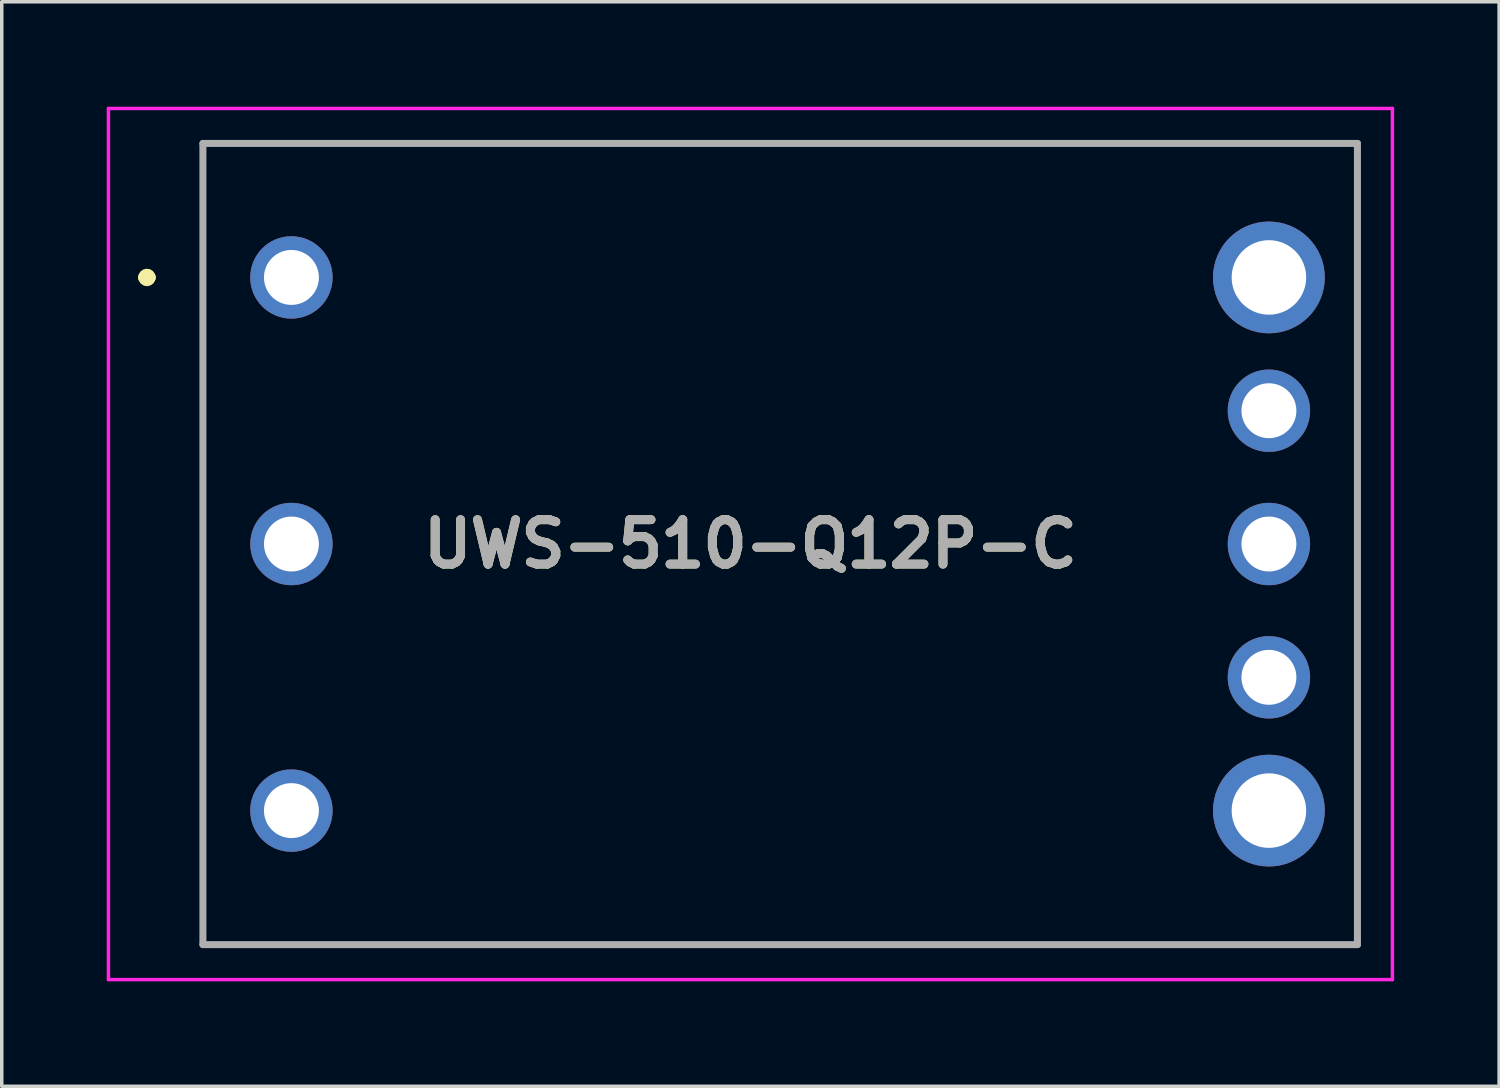
<source format=kicad_pcb>
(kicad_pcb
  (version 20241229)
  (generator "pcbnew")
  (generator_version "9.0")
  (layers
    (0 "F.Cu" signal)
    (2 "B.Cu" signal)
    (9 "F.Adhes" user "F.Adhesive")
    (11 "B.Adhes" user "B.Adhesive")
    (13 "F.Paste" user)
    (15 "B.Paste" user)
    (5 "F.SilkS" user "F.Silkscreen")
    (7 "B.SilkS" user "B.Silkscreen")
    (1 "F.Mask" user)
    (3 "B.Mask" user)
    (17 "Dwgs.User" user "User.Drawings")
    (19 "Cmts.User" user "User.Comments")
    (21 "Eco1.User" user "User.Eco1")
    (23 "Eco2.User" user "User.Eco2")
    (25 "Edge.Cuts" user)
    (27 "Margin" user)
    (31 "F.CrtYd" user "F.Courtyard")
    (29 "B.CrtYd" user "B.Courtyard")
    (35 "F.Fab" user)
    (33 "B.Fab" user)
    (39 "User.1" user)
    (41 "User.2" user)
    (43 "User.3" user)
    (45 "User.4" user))
  (footprint "UWS-510-Q12P-C"
    (layer "F.Cu")
    (at 5.28 4.88)
    (property "Reference" "UWS-510-Q12P-C" (at 13.12 7.62 0) (layer "F.SilkS") (effects (font (size 1.27 1.27) (thickness 0.254))))
    (attr through_hole)
    (fp_line (start -4.23 0) (end -4.23 0) (stroke (width 0.3) (type solid)) (layer "F.SilkS"))
    (fp_line (start -4.03 0) (end -4.03 0) (stroke (width 0.3) (type solid)) (layer "F.SilkS"))
    (fp_line (start -2.53 -3.83) (end 30.47 -3.83) (stroke (width 0.1) (type solid)) (layer "F.SilkS"))
    (fp_line (start -2.53 19.05) (end -2.53 -3.83) (stroke (width 0.1) (type solid)) (layer "F.SilkS"))
    (fp_line (start 30.47 -3.83) (end 30.47 19.05) (stroke (width 0.1) (type solid)) (layer "F.SilkS"))
    (fp_line (start 30.47 19.05) (end -2.53 19.05) (stroke (width 0.1) (type solid)) (layer "F.SilkS"))
    (fp_arc (start -4.23 0) (mid -4.13 -0.1) (end -4.03 0) (stroke (width 0.3) (type solid)) (layer "F.SilkS"))
    (fp_arc (start -4.03 0) (mid -4.13 0.1) (end -4.23 0) (stroke (width 0.3) (type solid)) (layer "F.SilkS"))
    (fp_line (start -5.23 -4.83) (end 31.47 -4.83) (stroke (width 0.1) (type solid)) (layer "F.CrtYd"))
    (fp_line (start -5.23 20.07) (end -5.23 -4.83) (stroke (width 0.1) (type solid)) (layer "F.CrtYd"))
    (fp_line (start 31.47 -4.83) (end 31.47 20.07) (stroke (width 0.1) (type solid)) (layer "F.CrtYd"))
    (fp_line (start 31.47 20.07) (end -5.23 20.07) (stroke (width 0.1) (type solid)) (layer "F.CrtYd"))
    (fp_line (start -2.53 -3.83) (end 30.47 -3.83) (stroke (width 0.2) (type solid)) (layer "F.Fab"))
    (fp_line (start -2.53 19.07) (end -2.53 -3.83) (stroke (width 0.2) (type solid)) (layer "F.Fab"))
    (fp_line (start 30.47 -3.83) (end 30.47 19.07) (stroke (width 0.2) (type solid)) (layer "F.Fab"))
    (fp_line (start 30.47 19.07) (end -2.53 19.07) (stroke (width 0.2) (type solid)) (layer "F.Fab"))
    (fp_text user "${REFERENCE}" (at 13.12 7.62 0) (layer "F.Fab") (effects (font (size 1.27 1.27) (thickness 0.254))))
    (pad "1" thru_hole circle (at 0 0) (size 2.355 2.355) (drill 1.57) (layers "*.Cu" "*.Mask"))
    (pad "2" thru_hole circle (at 0 7.62) (size 2.355 2.355) (drill 1.57) (layers "*.Cu" "*.Mask"))
    (pad "3" thru_hole circle (at 0 15.24) (size 2.355 2.355) (drill 1.57) (layers "*.Cu" "*.Mask"))
    (pad "4" thru_hole circle (at 27.94 15.24) (size 3.195 3.195) (drill 2.13) (layers "*.Cu" "*.Mask"))
    (pad "5" thru_hole circle (at 27.94 11.43) (size 2.355 2.355) (drill 1.57) (layers "*.Cu" "*.Mask"))
    (pad "6" thru_hole circle (at 27.94 7.62) (size 2.355 2.355) (drill 1.57) (layers "*.Cu" "*.Mask"))
    (pad "7" thru_hole circle (at 27.94 3.81) (size 2.355 2.355) (drill 1.57) (layers "*.Cu" "*.Mask"))
    (pad "8" thru_hole circle (at 27.94 0) (size 3.195 3.195) (drill 2.13) (layers "*.Cu" "*.Mask")))
  (gr_rect
    (start -3 -3)
    (end 39.8 28)
    (stroke (width 0.1) (type default))
    (fill no)
    (layer "Edge.Cuts")))
</source>
